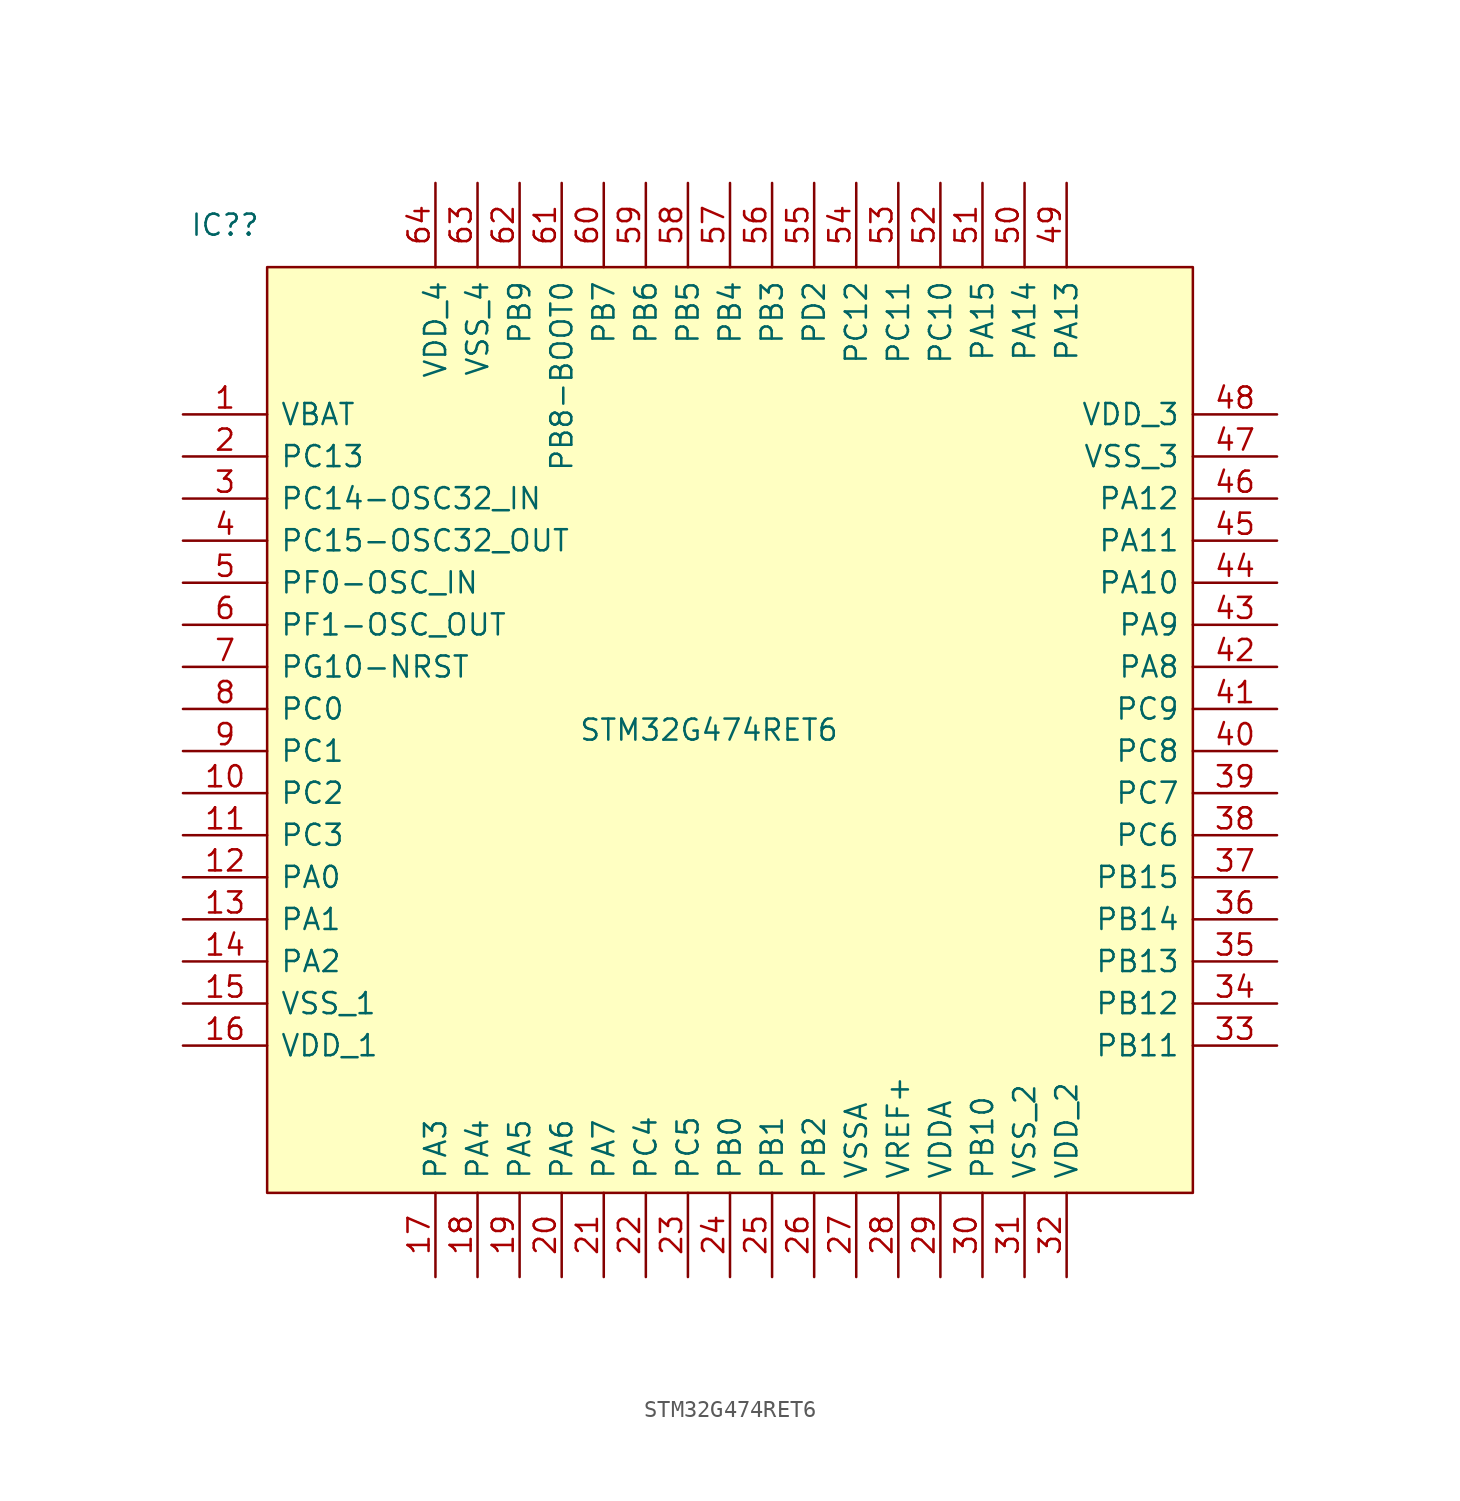
<source format=kicad_sym>
(kicad_symbol_lib
  (version 20211014)
  (generator kicad_symbol_editor)
  (symbol "STM32G474RET6"
    (pin_names
      (offset 0.762))
    (property "Reference" "IC?"
      (at -2.54 2.54 0)
      (effects (font (size 1.27 1.27))))
    (property "Value" "STM32G474RET6"
      (at 26.67 -27.94 0)
      (effects (font (size 1.27 1.27))))
    (symbol "STM32G474RET6_0_0"
      (pin passive line (at -5.08 -8.89 0) (length 5.08) (name "VBAT" (effects (font (size 1.27 1.27)))) (number "1" (effects (font (size 1.27 1.27)))))
      (pin passive line (at -5.08 -31.75 0) (length 5.08) (name "PC2" (effects (font (size 1.27 1.27)))) (number "10" (effects (font (size 1.27 1.27)))))
      (pin passive line (at -5.08 -34.29 0) (length 5.08) (name "PC3" (effects (font (size 1.27 1.27)))) (number "11" (effects (font (size 1.27 1.27)))))
      (pin passive line (at -5.08 -36.83 0) (length 5.08) (name "PA0" (effects (font (size 1.27 1.27)))) (number "12" (effects (font (size 1.27 1.27)))))
      (pin passive line (at -5.08 -39.37 0) (length 5.08) (name "PA1" (effects (font (size 1.27 1.27)))) (number "13" (effects (font (size 1.27 1.27)))))
      (pin passive line (at -5.08 -41.91 0) (length 5.08) (name "PA2" (effects (font (size 1.27 1.27)))) (number "14" (effects (font (size 1.27 1.27)))))
      (pin passive line (at -5.08 -44.45 0) (length 5.08) (name "VSS_1" (effects (font (size 1.27 1.27)))) (number "15" (effects (font (size 1.27 1.27)))))
      (pin passive line (at -5.08 -46.99 0) (length 5.08) (name "VDD_1" (effects (font (size 1.27 1.27)))) (number "16" (effects (font (size 1.27 1.27)))))
      (pin passive line (at 10.16 -60.96 90) (length 5.08) (name "PA3" (effects (font (size 1.27 1.27)))) (number "17" (effects (font (size 1.27 1.27)))))
      (pin passive line (at 12.7 -60.96 90) (length 5.08) (name "PA4" (effects (font (size 1.27 1.27)))) (number "18" (effects (font (size 1.27 1.27)))))
      (pin passive line (at 15.24 -60.96 90) (length 5.08) (name "PA5" (effects (font (size 1.27 1.27)))) (number "19" (effects (font (size 1.27 1.27)))))
      (pin passive line (at -5.08 -11.43 0) (length 5.08) (name "PC13" (effects (font (size 1.27 1.27)))) (number "2" (effects (font (size 1.27 1.27)))))
      (pin passive line (at 17.78 -60.96 90) (length 5.08) (name "PA6" (effects (font (size 1.27 1.27)))) (number "20" (effects (font (size 1.27 1.27)))))
      (pin passive line (at 20.32 -60.96 90) (length 5.08) (name "PA7" (effects (font (size 1.27 1.27)))) (number "21" (effects (font (size 1.27 1.27)))))
      (pin passive line (at 22.86 -60.96 90) (length 5.08) (name "PC4" (effects (font (size 1.27 1.27)))) (number "22" (effects (font (size 1.27 1.27)))))
      (pin passive line (at 25.4 -60.96 90) (length 5.08) (name "PC5" (effects (font (size 1.27 1.27)))) (number "23" (effects (font (size 1.27 1.27)))))
      (pin passive line (at 27.94 -60.96 90) (length 5.08) (name "PB0" (effects (font (size 1.27 1.27)))) (number "24" (effects (font (size 1.27 1.27)))))
      (pin passive line (at 30.48 -60.96 90) (length 5.08) (name "PB1" (effects (font (size 1.27 1.27)))) (number "25" (effects (font (size 1.27 1.27)))))
      (pin passive line (at 33.02 -60.96 90) (length 5.08) (name "PB2" (effects (font (size 1.27 1.27)))) (number "26" (effects (font (size 1.27 1.27)))))
      (pin passive line (at 35.56 -60.96 90) (length 5.08) (name "VSSA" (effects (font (size 1.27 1.27)))) (number "27" (effects (font (size 1.27 1.27)))))
      (pin passive line (at 38.1 -60.96 90) (length 5.08) (name "VREF+" (effects (font (size 1.27 1.27)))) (number "28" (effects (font (size 1.27 1.27)))))
      (pin passive line (at 40.64 -60.96 90) (length 5.08) (name "VDDA" (effects (font (size 1.27 1.27)))) (number "29" (effects (font (size 1.27 1.27)))))
      (pin passive line (at -5.08 -13.97 0) (length 5.08) (name "PC14-OSC32_IN" (effects (font (size 1.27 1.27)))) (number "3" (effects (font (size 1.27 1.27)))))
      (pin passive line (at 43.18 -60.96 90) (length 5.08) (name "PB10" (effects (font (size 1.27 1.27)))) (number "30" (effects (font (size 1.27 1.27)))))
      (pin passive line (at 45.72 -60.96 90) (length 5.08) (name "VSS_2" (effects (font (size 1.27 1.27)))) (number "31" (effects (font (size 1.27 1.27)))))
      (pin passive line (at 48.26 -60.96 90) (length 5.08) (name "VDD_2" (effects (font (size 1.27 1.27)))) (number "32" (effects (font (size 1.27 1.27)))))
      (pin passive line (at 60.96 -46.99 180) (length 5.08) (name "PB11" (effects (font (size 1.27 1.27)))) (number "33" (effects (font (size 1.27 1.27)))))
      (pin passive line (at 60.96 -44.45 180) (length 5.08) (name "PB12" (effects (font (size 1.27 1.27)))) (number "34" (effects (font (size 1.27 1.27)))))
      (pin passive line (at 60.96 -41.91 180) (length 5.08) (name "PB13" (effects (font (size 1.27 1.27)))) (number "35" (effects (font (size 1.27 1.27)))))
      (pin passive line (at 60.96 -39.37 180) (length 5.08) (name "PB14" (effects (font (size 1.27 1.27)))) (number "36" (effects (font (size 1.27 1.27)))))
      (pin passive line (at 60.96 -36.83 180) (length 5.08) (name "PB15" (effects (font (size 1.27 1.27)))) (number "37" (effects (font (size 1.27 1.27)))))
      (pin passive line (at 60.96 -34.29 180) (length 5.08) (name "PC6" (effects (font (size 1.27 1.27)))) (number "38" (effects (font (size 1.27 1.27)))))
      (pin passive line (at 60.96 -31.75 180) (length 5.08) (name "PC7" (effects (font (size 1.27 1.27)))) (number "39" (effects (font (size 1.27 1.27)))))
      (pin passive line (at -5.08 -16.51 0) (length 5.08) (name "PC15-OSC32_OUT" (effects (font (size 1.27 1.27)))) (number "4" (effects (font (size 1.27 1.27)))))
      (pin passive line (at 60.96 -29.21 180) (length 5.08) (name "PC8" (effects (font (size 1.27 1.27)))) (number "40" (effects (font (size 1.27 1.27)))))
      (pin passive line (at 60.96 -26.67 180) (length 5.08) (name "PC9" (effects (font (size 1.27 1.27)))) (number "41" (effects (font (size 1.27 1.27)))))
      (pin passive line (at 60.96 -24.13 180) (length 5.08) (name "PA8" (effects (font (size 1.27 1.27)))) (number "42" (effects (font (size 1.27 1.27)))))
      (pin passive line (at 60.96 -21.59 180) (length 5.08) (name "PA9" (effects (font (size 1.27 1.27)))) (number "43" (effects (font (size 1.27 1.27)))))
      (pin passive line (at 60.96 -19.05 180) (length 5.08) (name "PA10" (effects (font (size 1.27 1.27)))) (number "44" (effects (font (size 1.27 1.27)))))
      (pin passive line (at 60.96 -16.51 180) (length 5.08) (name "PA11" (effects (font (size 1.27 1.27)))) (number "45" (effects (font (size 1.27 1.27)))))
      (pin passive line (at 60.96 -13.97 180) (length 5.08) (name "PA12" (effects (font (size 1.27 1.27)))) (number "46" (effects (font (size 1.27 1.27)))))
      (pin passive line (at 60.96 -11.43 180) (length 5.08) (name "VSS_3" (effects (font (size 1.27 1.27)))) (number "47" (effects (font (size 1.27 1.27)))))
      (pin passive line (at 60.96 -8.89 180) (length 5.08) (name "VDD_3" (effects (font (size 1.27 1.27)))) (number "48" (effects (font (size 1.27 1.27)))))
      (pin passive line (at 48.26 5.08 270) (length 5.08) (name "PA13" (effects (font (size 1.27 1.27)))) (number "49" (effects (font (size 1.27 1.27)))))
      (pin passive line (at -5.08 -19.05 0) (length 5.08) (name "PF0-OSC_IN" (effects (font (size 1.27 1.27)))) (number "5" (effects (font (size 1.27 1.27)))))
      (pin passive line (at 45.72 5.08 270) (length 5.08) (name "PA14" (effects (font (size 1.27 1.27)))) (number "50" (effects (font (size 1.27 1.27)))))
      (pin passive line (at 43.18 5.08 270) (length 5.08) (name "PA15" (effects (font (size 1.27 1.27)))) (number "51" (effects (font (size 1.27 1.27)))))
      (pin passive line (at 40.64 5.08 270) (length 5.08) (name "PC10" (effects (font (size 1.27 1.27)))) (number "52" (effects (font (size 1.27 1.27)))))
      (pin passive line (at 38.1 5.08 270) (length 5.08) (name "PC11" (effects (font (size 1.27 1.27)))) (number "53" (effects (font (size 1.27 1.27)))))
      (pin passive line (at 35.56 5.08 270) (length 5.08) (name "PC12" (effects (font (size 1.27 1.27)))) (number "54" (effects (font (size 1.27 1.27)))))
      (pin passive line (at 33.02 5.08 270) (length 5.08) (name "PD2" (effects (font (size 1.27 1.27)))) (number "55" (effects (font (size 1.27 1.27)))))
      (pin passive line (at 30.48 5.08 270) (length 5.08) (name "PB3" (effects (font (size 1.27 1.27)))) (number "56" (effects (font (size 1.27 1.27)))))
      (pin passive line (at 27.94 5.08 270) (length 5.08) (name "PB4" (effects (font (size 1.27 1.27)))) (number "57" (effects (font (size 1.27 1.27)))))
      (pin passive line (at 25.4 5.08 270) (length 5.08) (name "PB5" (effects (font (size 1.27 1.27)))) (number "58" (effects (font (size 1.27 1.27)))))
      (pin passive line (at 22.86 5.08 270) (length 5.08) (name "PB6" (effects (font (size 1.27 1.27)))) (number "59" (effects (font (size 1.27 1.27)))))
      (pin passive line (at -5.08 -21.59 0) (length 5.08) (name "PF1-OSC_OUT" (effects (font (size 1.27 1.27)))) (number "6" (effects (font (size 1.27 1.27)))))
      (pin passive line (at 20.32 5.08 270) (length 5.08) (name "PB7" (effects (font (size 1.27 1.27)))) (number "60" (effects (font (size 1.27 1.27)))))
      (pin passive line (at 17.78 5.08 270) (length 5.08) (name "PB8-BOOT0" (effects (font (size 1.27 1.27)))) (number "61" (effects (font (size 1.27 1.27)))))
      (pin passive line (at 15.24 5.08 270) (length 5.08) (name "PB9" (effects (font (size 1.27 1.27)))) (number "62" (effects (font (size 1.27 1.27)))))
      (pin passive line (at 12.7 5.08 270) (length 5.08) (name "VSS_4" (effects (font (size 1.27 1.27)))) (number "63" (effects (font (size 1.27 1.27)))))
      (pin passive line (at 10.16 5.08 270) (length 5.08) (name "VDD_4" (effects (font (size 1.27 1.27)))) (number "64" (effects (font (size 1.27 1.27)))))
      (pin passive line (at -5.08 -24.13 0) (length 5.08) (name "PG10-NRST" (effects (font (size 1.27 1.27)))) (number "7" (effects (font (size 1.27 1.27)))))
      (pin passive line (at -5.08 -26.67 0) (length 5.08) (name "PC0" (effects (font (size 1.27 1.27)))) (number "8" (effects (font (size 1.27 1.27)))))
      (pin passive line (at -5.08 -29.21 0) (length 5.08) (name "PC1" (effects (font (size 1.27 1.27)))) (number "9" (effects (font (size 1.27 1.27))))))
    (symbol "STM32G474RET6_0_1"
      (polyline (pts (xy 0 0) (xy 55.88 0) (xy 55.88 -55.88) (xy 0 -55.88) (xy 0 0)) (stroke (width 0.152) (type default) (color 0 0 0 0)) (fill (type background))))))
</source>
